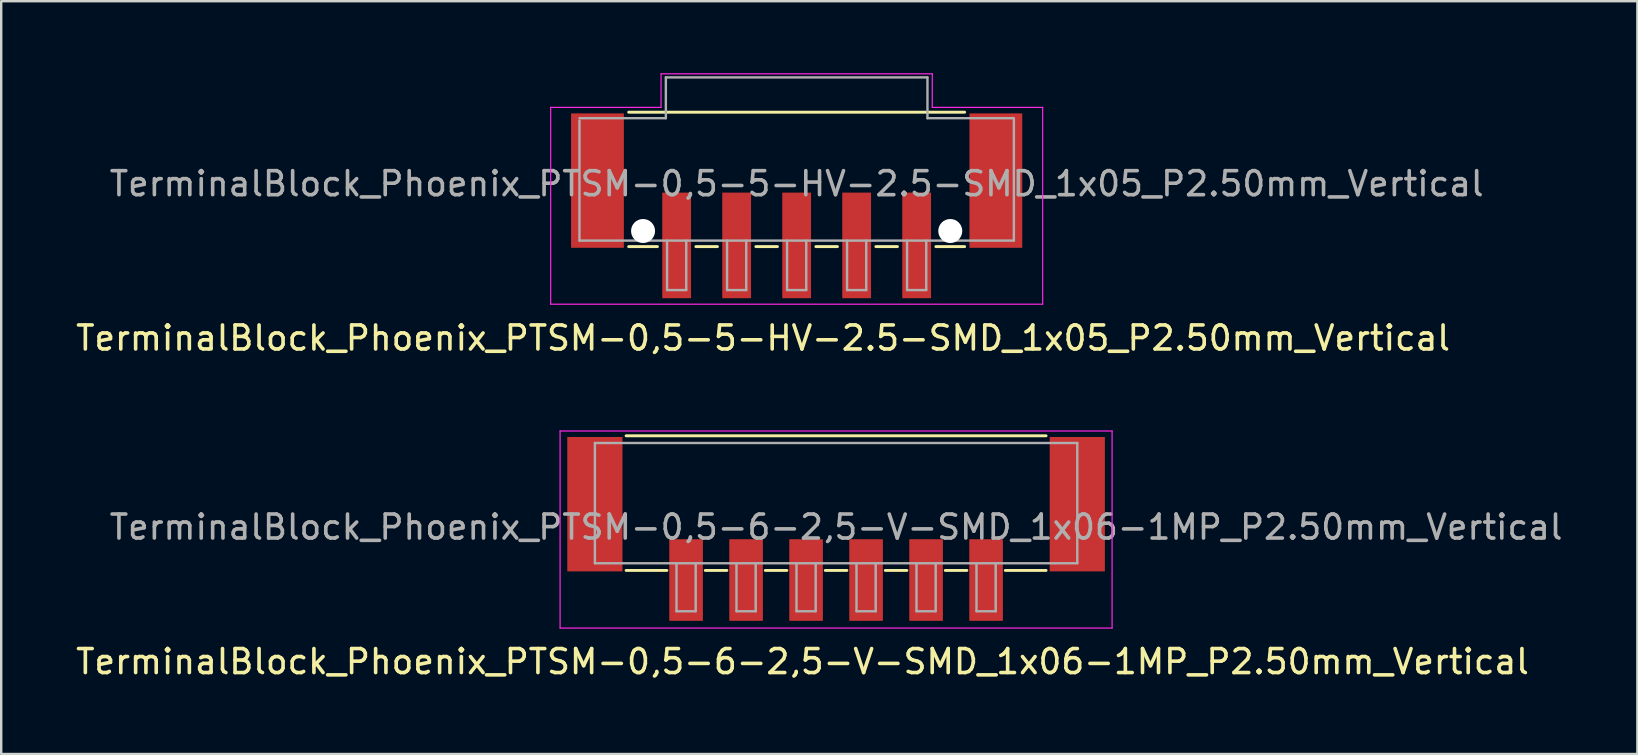
<source format=kicad_pcb>
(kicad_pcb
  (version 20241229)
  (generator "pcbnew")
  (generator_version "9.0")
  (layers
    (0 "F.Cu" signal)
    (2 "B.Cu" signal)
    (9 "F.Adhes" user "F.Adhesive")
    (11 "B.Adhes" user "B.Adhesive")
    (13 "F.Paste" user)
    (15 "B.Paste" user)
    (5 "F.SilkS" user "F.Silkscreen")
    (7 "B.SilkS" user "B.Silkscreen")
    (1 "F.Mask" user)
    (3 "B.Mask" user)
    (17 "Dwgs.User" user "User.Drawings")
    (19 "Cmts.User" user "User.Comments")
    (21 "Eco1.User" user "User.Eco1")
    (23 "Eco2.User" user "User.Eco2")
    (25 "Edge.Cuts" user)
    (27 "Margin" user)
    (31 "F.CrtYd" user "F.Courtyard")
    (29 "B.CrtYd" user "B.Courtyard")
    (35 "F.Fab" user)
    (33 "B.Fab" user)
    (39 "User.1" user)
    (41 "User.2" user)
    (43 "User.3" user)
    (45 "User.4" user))
  (footprint "TerminalBlock_Phoenix_PTSM-0,5-6-2,5-V-SMD_1x06-1MP_P2.50mm_Vertical"
    (layer "F.Cu")
    (at 31.787 18.988)
    (property "Reference" "TerminalBlock_Phoenix_PTSM-0,5-6-2,5-V-SMD_1x06-1MP_P2.50mm_Vertical" (at -1.4 5.53 0) (layer "F.SilkS") (effects (font (size 1 1) (thickness 0.15))))
    (attr smd)
    (fp_line (start -8.75 -3.88) (end 8.75 -3.88) (stroke (width 0.12) (type solid)) (layer "F.SilkS"))
    (fp_line (start -7.05 1.73) (end -8.75 1.73) (stroke (width 0.12) (type solid)) (layer "F.SilkS"))
    (fp_line (start -4.55 1.73) (end -5.45 1.73) (stroke (width 0.12) (type solid)) (layer "F.SilkS"))
    (fp_line (start -2.05 1.73) (end -2.95 1.73) (stroke (width 0.12) (type solid)) (layer "F.SilkS"))
    (fp_line (start 0.45 1.73) (end -0.45 1.73) (stroke (width 0.12) (type solid)) (layer "F.SilkS"))
    (fp_line (start 2.95 1.73) (end 2.05 1.73) (stroke (width 0.12) (type solid)) (layer "F.SilkS"))
    (fp_line (start 5.45 1.73) (end 4.55 1.73) (stroke (width 0.12) (type solid)) (layer "F.SilkS"))
    (fp_line (start 8.75 1.73) (end 7.05 1.73) (stroke (width 0.12) (type solid)) (layer "F.SilkS"))
    (fp_line (start -11.5 -4.08) (end 11.5 -4.08) (stroke (width 0.05) (type solid)) (layer "F.CrtYd"))
    (fp_line (start -11.5 4.13) (end -11.5 -4.08) (stroke (width 0.05) (type solid)) (layer "F.CrtYd"))
    (fp_line (start 11.5 -4.08) (end 11.5 4.13) (stroke (width 0.05) (type solid)) (layer "F.CrtYd"))
    (fp_line (start 11.5 4.13) (end -11.5 4.13) (stroke (width 0.05) (type solid)) (layer "F.CrtYd"))
    (fp_line (start -10.05 -3.58) (end 10.05 -3.58) (stroke (width 0.1) (type solid)) (layer "F.Fab"))
    (fp_line (start -10.05 1.43) (end -10.05 -3.58) (stroke (width 0.1) (type solid)) (layer "F.Fab"))
    (fp_line (start -6.65 1.43) (end -6.65 3.43) (stroke (width 0.1) (type solid)) (layer "F.Fab"))
    (fp_line (start -6.65 3.43) (end -5.85 3.43) (stroke (width 0.1) (type solid)) (layer "F.Fab"))
    (fp_line (start -5.85 1.43) (end -5.85 3.43) (stroke (width 0.1) (type solid)) (layer "F.Fab"))
    (fp_line (start -4.15 1.43) (end -4.15 3.43) (stroke (width 0.1) (type solid)) (layer "F.Fab"))
    (fp_line (start -4.15 3.43) (end -3.35 3.43) (stroke (width 0.1) (type solid)) (layer "F.Fab"))
    (fp_line (start -3.35 1.43) (end -3.35 3.43) (stroke (width 0.1) (type solid)) (layer "F.Fab"))
    (fp_line (start -1.65 1.43) (end -1.65 3.43) (stroke (width 0.1) (type solid)) (layer "F.Fab"))
    (fp_line (start -1.65 3.43) (end -0.85 3.43) (stroke (width 0.1) (type solid)) (layer "F.Fab"))
    (fp_line (start -0.85 1.43) (end -0.85 3.43) (stroke (width 0.1) (type solid)) (layer "F.Fab"))
    (fp_line (start 0.85 1.43) (end 0.85 3.43) (stroke (width 0.1) (type solid)) (layer "F.Fab"))
    (fp_line (start 0.85 3.43) (end 1.65 3.43) (stroke (width 0.1) (type solid)) (layer "F.Fab"))
    (fp_line (start 1.65 1.43) (end 1.65 3.43) (stroke (width 0.1) (type solid)) (layer "F.Fab"))
    (fp_line (start 3.35 1.43) (end 3.35 3.43) (stroke (width 0.1) (type solid)) (layer "F.Fab"))
    (fp_line (start 3.35 3.43) (end 4.15 3.43) (stroke (width 0.1) (type solid)) (layer "F.Fab"))
    (fp_line (start 4.15 1.43) (end 4.15 3.43) (stroke (width 0.1) (type solid)) (layer "F.Fab"))
    (fp_line (start 5.85 1.43) (end 5.85 3.43) (stroke (width 0.1) (type solid)) (layer "F.Fab"))
    (fp_line (start 5.85 3.43) (end 6.65 3.43) (stroke (width 0.1) (type solid)) (layer "F.Fab"))
    (fp_line (start 6.65 1.43) (end 6.65 3.43) (stroke (width 0.1) (type solid)) (layer "F.Fab"))
    (fp_line (start 10.05 1.43) (end -10.05 1.43) (stroke (width 0.1) (type solid)) (layer "F.Fab"))
    (fp_line (start 10.05 1.43) (end 10.05 -3.58) (stroke (width 0.1) (type solid)) (layer "F.Fab"))
    (fp_text user "${REFERENCE}" (at 0 -0.075 0) (layer "F.Fab") (effects (font (size 1 1) (thickness 0.15))))
    (pad "1" smd rect (at -6.25 2.13 180) (size 1.4 3.4) (layers "F.Cu" "F.Mask" "F.Paste"))
    (pad "2" smd rect (at -3.75 2.13 180) (size 1.4 3.4) (layers "F.Cu" "F.Mask" "F.Paste"))
    (pad "3" smd rect (at -1.25 2.13 180) (size 1.4 3.4) (layers "F.Cu" "F.Mask" "F.Paste"))
    (pad "4" smd rect (at 1.25 2.13 180) (size 1.4 3.4) (layers "F.Cu" "F.Mask" "F.Paste"))
    (pad "5" smd rect (at 3.75 2.13 180) (size 1.4 3.4) (layers "F.Cu" "F.Mask" "F.Paste"))
    (pad "6" smd rect (at 6.25 2.13 180) (size 1.4 3.4) (layers "F.Cu" "F.Mask" "F.Paste"))
    (pad "MP" smd rect (at -10.05 -1.03 180) (size 2.3 5.6) (layers "F.Cu" "F.Mask" "F.Paste"))
    (pad "MP" smd rect (at 10.05 -1.03 180) (size 2.3 5.6) (layers "F.Cu" "F.Mask" "F.Paste")))
  (footprint "TerminalBlock_Phoenix_PTSM-0,5-5-HV-2.5-SMD_1x05_P2.50mm_Vertical"
    (layer "F.Cu")
    (at 30.144 5.525)
    (property "Reference" "TerminalBlock_Phoenix_PTSM-0,5-5-HV-2.5-SMD_1x05_P2.50mm_Vertical" (at -1.4 5.51 0) (layer "F.SilkS") (effects (font (size 1 1) (thickness 0.15))))
    (attr smd)
    (fp_line (start -7 -3.9) (end 7 -3.9) (stroke (width 0.12) (type solid)) (layer "F.SilkS"))
    (fp_line (start -5.8 1.7) (end -7 1.7) (stroke (width 0.12) (type solid)) (layer "F.SilkS"))
    (fp_line (start -3.3 1.7) (end -4.2 1.7) (stroke (width 0.12) (type solid)) (layer "F.SilkS"))
    (fp_line (start -0.8 1.7) (end -1.7 1.7) (stroke (width 0.12) (type solid)) (layer "F.SilkS"))
    (fp_line (start 1.7 1.7) (end 0.8 1.7) (stroke (width 0.12) (type solid)) (layer "F.SilkS"))
    (fp_line (start 4.2 1.7) (end 3.3 1.7) (stroke (width 0.12) (type solid)) (layer "F.SilkS"))
    (fp_line (start 7 1.7) (end 5.8 1.7) (stroke (width 0.12) (type solid)) (layer "F.SilkS"))
    (fp_line (start -10.25 -4.1) (end -5.65 -4.1) (stroke (width 0.05) (type solid)) (layer "F.CrtYd"))
    (fp_line (start -10.25 4.1) (end -10.25 -4.1) (stroke (width 0.05) (type solid)) (layer "F.CrtYd"))
    (fp_line (start -5.65 -5.5) (end 5.65 -5.5) (stroke (width 0.05) (type solid)) (layer "F.CrtYd"))
    (fp_line (start -5.65 -4.1) (end -5.65 -5.5) (stroke (width 0.05) (type solid)) (layer "F.CrtYd"))
    (fp_line (start 5.65 -4.1) (end 5.65 -5.5) (stroke (width 0.05) (type solid)) (layer "F.CrtYd"))
    (fp_line (start 10.25 -4.1) (end 5.65 -4.1) (stroke (width 0.05) (type solid)) (layer "F.CrtYd"))
    (fp_line (start 10.25 -4.1) (end 10.25 4.1) (stroke (width 0.05) (type solid)) (layer "F.CrtYd"))
    (fp_line (start 10.25 4.1) (end -10.25 4.1) (stroke (width 0.05) (type solid)) (layer "F.CrtYd"))
    (fp_line (start -9.05 -3.65) (end -5.45 -3.65) (stroke (width 0.1) (type solid)) (layer "F.Fab"))
    (fp_line (start -9.05 1.45) (end -9.05 -3.55) (stroke (width 0.1) (type solid)) (layer "F.Fab"))
    (fp_line (start -5.45 -5.35) (end 5.45 -5.35) (stroke (width 0.1) (type solid)) (layer "F.Fab"))
    (fp_line (start -5.45 -3.65) (end -5.45 -5.35) (stroke (width 0.1) (type solid)) (layer "F.Fab"))
    (fp_line (start -5.4 1.45) (end -5.4 3.51) (stroke (width 0.1) (type solid)) (layer "F.Fab"))
    (fp_line (start -5.4 3.51) (end -4.6 3.51) (stroke (width 0.1) (type solid)) (layer "F.Fab"))
    (fp_line (start -4.6 1.45) (end -4.6 3.51) (stroke (width 0.1) (type solid)) (layer "F.Fab"))
    (fp_line (start -2.9 1.45) (end -2.9 3.51) (stroke (width 0.1) (type solid)) (layer "F.Fab"))
    (fp_line (start -2.9 3.51) (end -2.1 3.51) (stroke (width 0.1) (type solid)) (layer "F.Fab"))
    (fp_line (start -2.1 1.45) (end -2.1 3.51) (stroke (width 0.1) (type solid)) (layer "F.Fab"))
    (fp_line (start -0.4 1.45) (end -0.4 3.51) (stroke (width 0.1) (type solid)) (layer "F.Fab"))
    (fp_line (start -0.4 3.51) (end 0.4 3.51) (stroke (width 0.1) (type solid)) (layer "F.Fab"))
    (fp_line (start 0.4 1.45) (end 0.4 3.51) (stroke (width 0.1) (type solid)) (layer "F.Fab"))
    (fp_line (start 2.1 1.45) (end 2.1 3.51) (stroke (width 0.1) (type solid)) (layer "F.Fab"))
    (fp_line (start 2.1 3.51) (end 2.9 3.51) (stroke (width 0.1) (type solid)) (layer "F.Fab"))
    (fp_line (start 2.9 1.45) (end 2.9 3.51) (stroke (width 0.1) (type solid)) (layer "F.Fab"))
    (fp_line (start 4.6 1.45) (end 4.6 3.51) (stroke (width 0.1) (type solid)) (layer "F.Fab"))
    (fp_line (start 4.6 3.51) (end 5.4 3.51) (stroke (width 0.1) (type solid)) (layer "F.Fab"))
    (fp_line (start 5.4 1.45) (end 5.4 3.51) (stroke (width 0.1) (type solid)) (layer "F.Fab"))
    (fp_line (start 5.45 -5.35) (end 5.45 -3.65) (stroke (width 0.1) (type solid)) (layer "F.Fab"))
    (fp_line (start 5.45 -3.65) (end 9.05 -3.65) (stroke (width 0.1) (type solid)) (layer "F.Fab"))
    (fp_line (start 9.05 1.45) (end -9.05 1.45) (stroke (width 0.1) (type solid)) (layer "F.Fab"))
    (fp_line (start 9.05 1.45) (end 9.05 -3.6) (stroke (width 0.1) (type solid)) (layer "F.Fab"))
    (fp_text user "${REFERENCE}" (at 0 -0.92 0) (layer "F.Fab") (effects (font (size 1 1) (thickness 0.15))))
    (pad "" np_thru_hole circle (at -6.4 1.05) (size 1 1) (drill 1) (layers "*.Cu" "*.Mask"))
    (pad "" np_thru_hole circle (at 6.4 1.05) (size 1 1) (drill 1) (layers "*.Cu" "*.Mask"))
    (pad "1" smd rect (at -5 1.65 180) (size 1.2 4.4) (layers "F.Cu" "F.Mask" "F.Paste"))
    (pad "2" smd rect (at -2.5 1.65 180) (size 1.2 4.4) (layers "F.Cu" "F.Mask" "F.Paste"))
    (pad "3" smd rect (at 0 1.65 180) (size 1.2 4.4) (layers "F.Cu" "F.Mask" "F.Paste"))
    (pad "4" smd rect (at 2.5 1.65 180) (size 1.2 4.4) (layers "F.Cu" "F.Mask" "F.Paste"))
    (pad "5" smd rect (at 5 1.65 180) (size 1.2 4.4) (layers "F.Cu" "F.Mask" "F.Paste"))
    (pad "MP" smd rect (at -8.3 -1.05 180) (size 2.2 5.6) (layers "F.Cu" "F.Mask" "F.Paste"))
    (pad "MP" smd rect (at 8.3 -1.05 180) (size 2.2 5.6) (layers "F.Cu" "F.Mask" "F.Paste")))
  (gr_rect
    (start -3 -3)
    (end 65.174 28.366)
    (stroke (width 0.1) (type default))
    (fill no)
    (layer "Edge.Cuts")))
</source>
